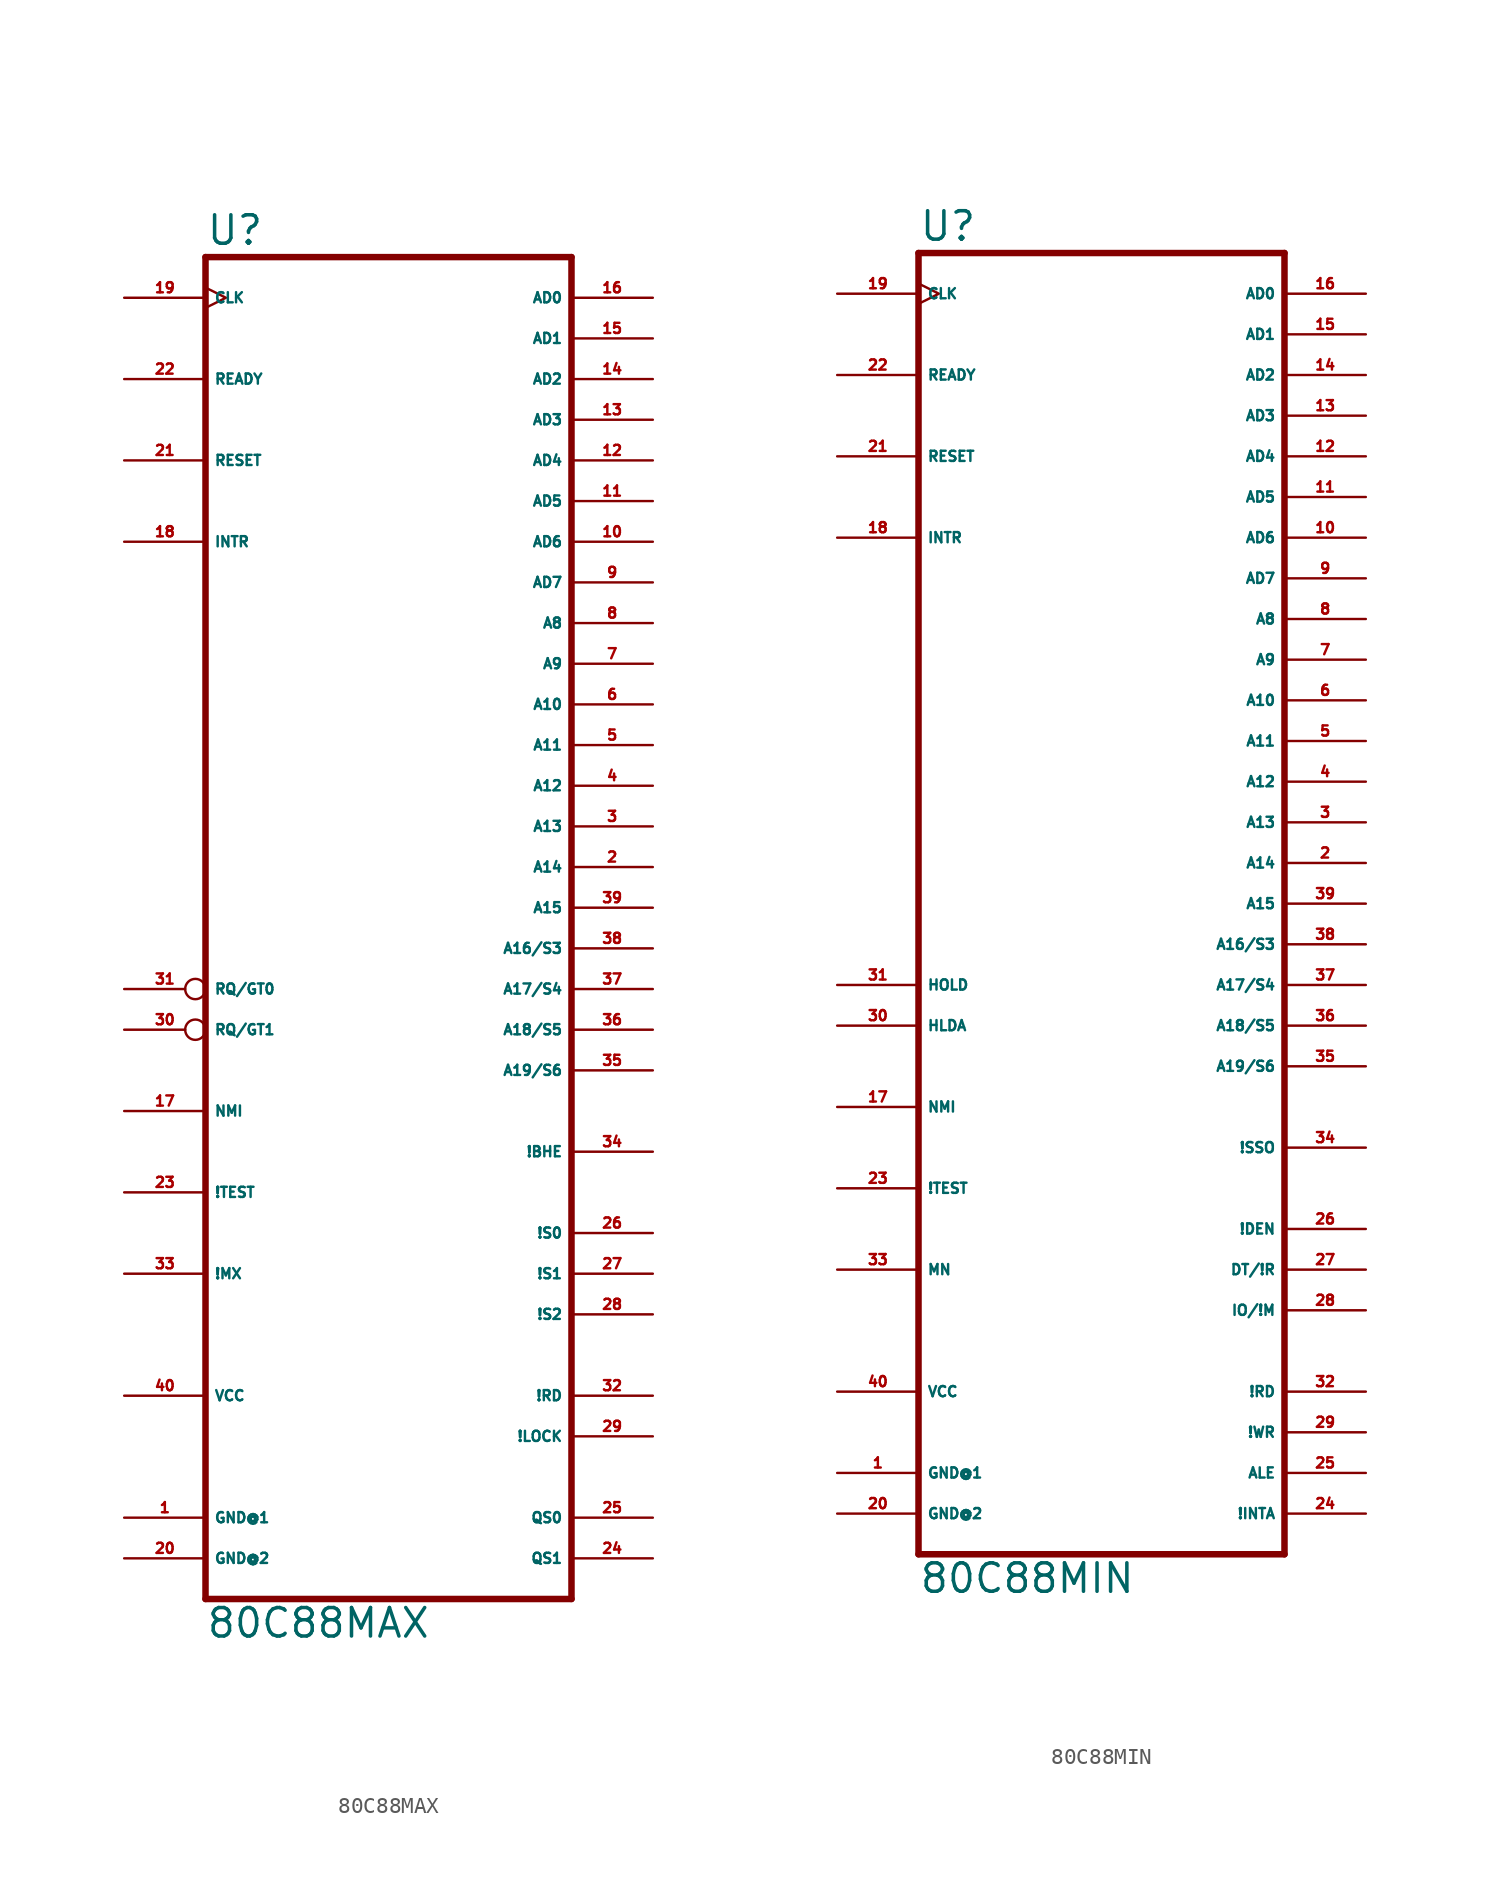
<source format=kicad_sym>
(kicad_symbol_lib
  (version 20220914)
  (generator Eagle2Kicad)
  (symbol "80C88MAX"
    (property "Reference" "U"
      (at -17.78 41.275 0)
      (effects (font (size 1.778 1.778) (thickness 0.22)) (justify left bottom)))
    (property "Value" "80C88MAX"
      (at -17.78 -45.72 0)
      (effects (font (size 1.778 1.778) (thickness 0.22)) (justify left bottom)))
    (polyline
      (pts (xy -17.78 -43.18) (xy 5.08 -43.18))
      (stroke (width 0.406) (type default))
      (fill (type none)))
    (polyline
      (pts (xy 5.08 -43.18) (xy 5.08 40.64))
      (stroke (width 0.406) (type default))
      (fill (type none)))
    (polyline
      (pts (xy 5.08 40.64) (xy -17.78 40.64))
      (stroke (width 0.406) (type default))
      (fill (type none)))
    (polyline
      (pts (xy -17.78 40.64) (xy -17.78 -43.18))
      (stroke (width 0.406) (type default))
      (fill (type none)))
    (pin output line
      (at 10.16 2.54 180)
      (length 5.08)
      (name "A14" (effects (font (size 0.635 0.635) (thickness 0.08)) (justify left bottom)))
      (number "2" (effects (font (size 0.635 0.635) (thickness 0.08)) (justify left bottom))))
    (pin output line
      (at 10.16 5.08 180)
      (length 5.08)
      (name "A13" (effects (font (size 0.635 0.635) (thickness 0.08)) (justify left bottom)))
      (number "3" (effects (font (size 0.635 0.635) (thickness 0.08)) (justify left bottom))))
    (pin output line
      (at 10.16 7.62 180)
      (length 5.08)
      (name "A12" (effects (font (size 0.635 0.635) (thickness 0.08)) (justify left bottom)))
      (number "4" (effects (font (size 0.635 0.635) (thickness 0.08)) (justify left bottom))))
    (pin output line
      (at 10.16 10.16 180)
      (length 5.08)
      (name "A11" (effects (font (size 0.635 0.635) (thickness 0.08)) (justify left bottom)))
      (number "5" (effects (font (size 0.635 0.635) (thickness 0.08)) (justify left bottom))))
    (pin output line
      (at 10.16 12.7 180)
      (length 5.08)
      (name "A10" (effects (font (size 0.635 0.635) (thickness 0.08)) (justify left bottom)))
      (number "6" (effects (font (size 0.635 0.635) (thickness 0.08)) (justify left bottom))))
    (pin output line
      (at 10.16 15.24 180)
      (length 5.08)
      (name "A9" (effects (font (size 0.635 0.635) (thickness 0.08)) (justify left bottom)))
      (number "7" (effects (font (size 0.635 0.635) (thickness 0.08)) (justify left bottom))))
    (pin output line
      (at 10.16 17.78 180)
      (length 5.08)
      (name "A8" (effects (font (size 0.635 0.635) (thickness 0.08)) (justify left bottom)))
      (number "8" (effects (font (size 0.635 0.635) (thickness 0.08)) (justify left bottom))))
    (pin bidirectional line
      (at 10.16 20.32 180)
      (length 5.08)
      (name "AD7" (effects (font (size 0.635 0.635) (thickness 0.08)) (justify left bottom)))
      (number "9" (effects (font (size 0.635 0.635) (thickness 0.08)) (justify left bottom))))
    (pin bidirectional line
      (at 10.16 22.86 180)
      (length 5.08)
      (name "AD6" (effects (font (size 0.635 0.635) (thickness 0.08)) (justify left bottom)))
      (number "10" (effects (font (size 0.635 0.635) (thickness 0.08)) (justify left bottom))))
    (pin bidirectional line
      (at 10.16 25.4 180)
      (length 5.08)
      (name "AD5" (effects (font (size 0.635 0.635) (thickness 0.08)) (justify left bottom)))
      (number "11" (effects (font (size 0.635 0.635) (thickness 0.08)) (justify left bottom))))
    (pin bidirectional line
      (at 10.16 27.94 180)
      (length 5.08)
      (name "AD4" (effects (font (size 0.635 0.635) (thickness 0.08)) (justify left bottom)))
      (number "12" (effects (font (size 0.635 0.635) (thickness 0.08)) (justify left bottom))))
    (pin bidirectional line
      (at 10.16 30.48 180)
      (length 5.08)
      (name "AD3" (effects (font (size 0.635 0.635) (thickness 0.08)) (justify left bottom)))
      (number "13" (effects (font (size 0.635 0.635) (thickness 0.08)) (justify left bottom))))
    (pin bidirectional line
      (at 10.16 33.02 180)
      (length 5.08)
      (name "AD2" (effects (font (size 0.635 0.635) (thickness 0.08)) (justify left bottom)))
      (number "14" (effects (font (size 0.635 0.635) (thickness 0.08)) (justify left bottom))))
    (pin bidirectional line
      (at 10.16 35.56 180)
      (length 5.08)
      (name "AD1" (effects (font (size 0.635 0.635) (thickness 0.08)) (justify left bottom)))
      (number "15" (effects (font (size 0.635 0.635) (thickness 0.08)) (justify left bottom))))
    (pin bidirectional line
      (at 10.16 38.1 180)
      (length 5.08)
      (name "AD0" (effects (font (size 0.635 0.635) (thickness 0.08)) (justify left bottom)))
      (number "16" (effects (font (size 0.635 0.635) (thickness 0.08)) (justify left bottom))))
    (pin input line
      (at -22.86 -12.7 0)
      (length 5.08)
      (name "NMI" (effects (font (size 0.635 0.635) (thickness 0.08)) (justify left bottom)))
      (number "17" (effects (font (size 0.635 0.635) (thickness 0.08)) (justify left bottom))))
    (pin input line
      (at -22.86 22.86 0)
      (length 5.08)
      (name "INTR" (effects (font (size 0.635 0.635) (thickness 0.08)) (justify left bottom)))
      (number "18" (effects (font (size 0.635 0.635) (thickness 0.08)) (justify left bottom))))
    (pin input clock
      (at -22.86 38.1 0)
      (length 5.08)
      (name "CLK" (effects (font (size 0.635 0.635) (thickness 0.08)) (justify left bottom)))
      (number "19" (effects (font (size 0.635 0.635) (thickness 0.08)) (justify left bottom))))
    (pin input line
      (at -22.86 27.94 0)
      (length 5.08)
      (name "RESET" (effects (font (size 0.635 0.635) (thickness 0.08)) (justify left bottom)))
      (number "21" (effects (font (size 0.635 0.635) (thickness 0.08)) (justify left bottom))))
    (pin input line
      (at -22.86 33.02 0)
      (length 5.08)
      (name "READY" (effects (font (size 0.635 0.635) (thickness 0.08)) (justify left bottom)))
      (number "22" (effects (font (size 0.635 0.635) (thickness 0.08)) (justify left bottom))))
    (pin input line
      (at -22.86 -17.78 0)
      (length 5.08)
      (name "!TEST" (effects (font (size 0.635 0.635) (thickness 0.08)) (justify left bottom)))
      (number "23" (effects (font (size 0.635 0.635) (thickness 0.08)) (justify left bottom))))
    (pin output line
      (at 10.16 -40.64 180)
      (length 5.08)
      (name "QS1" (effects (font (size 0.635 0.635) (thickness 0.08)) (justify left bottom)))
      (number "24" (effects (font (size 0.635 0.635) (thickness 0.08)) (justify left bottom))))
    (pin output line
      (at 10.16 -38.1 180)
      (length 5.08)
      (name "QS0" (effects (font (size 0.635 0.635) (thickness 0.08)) (justify left bottom)))
      (number "25" (effects (font (size 0.635 0.635) (thickness 0.08)) (justify left bottom))))
    (pin output line
      (at 10.16 -20.32 180)
      (length 5.08)
      (name "!S0" (effects (font (size 0.635 0.635) (thickness 0.08)) (justify left bottom)))
      (number "26" (effects (font (size 0.635 0.635) (thickness 0.08)) (justify left bottom))))
    (pin output line
      (at 10.16 -22.86 180)
      (length 5.08)
      (name "!S1" (effects (font (size 0.635 0.635) (thickness 0.08)) (justify left bottom)))
      (number "27" (effects (font (size 0.635 0.635) (thickness 0.08)) (justify left bottom))))
    (pin output line
      (at 10.16 -25.4 180)
      (length 5.08)
      (name "!S2" (effects (font (size 0.635 0.635) (thickness 0.08)) (justify left bottom)))
      (number "28" (effects (font (size 0.635 0.635) (thickness 0.08)) (justify left bottom))))
    (pin output line
      (at 10.16 -33.02 180)
      (length 5.08)
      (name "!LOCK" (effects (font (size 0.635 0.635) (thickness 0.08)) (justify left bottom)))
      (number "29" (effects (font (size 0.635 0.635) (thickness 0.08)) (justify left bottom))))
    (pin bidirectional inverted
      (at -22.86 -7.62 0)
      (length 5.08)
      (name "RQ/GT1" (effects (font (size 0.635 0.635) (thickness 0.08)) (justify left bottom)))
      (number "30" (effects (font (size 0.635 0.635) (thickness 0.08)) (justify left bottom))))
    (pin bidirectional inverted
      (at -22.86 -5.08 0)
      (length 5.08)
      (name "RQ/GT0" (effects (font (size 0.635 0.635) (thickness 0.08)) (justify left bottom)))
      (number "31" (effects (font (size 0.635 0.635) (thickness 0.08)) (justify left bottom))))
    (pin output line
      (at 10.16 -30.48 180)
      (length 5.08)
      (name "!RD" (effects (font (size 0.635 0.635) (thickness 0.08)) (justify left bottom)))
      (number "32" (effects (font (size 0.635 0.635) (thickness 0.08)) (justify left bottom))))
    (pin input line
      (at -22.86 -22.86 0)
      (length 5.08)
      (name "!MX" (effects (font (size 0.635 0.635) (thickness 0.08)) (justify left bottom)))
      (number "33" (effects (font (size 0.635 0.635) (thickness 0.08)) (justify left bottom))))
    (pin output line
      (at 10.16 -15.24 180)
      (length 5.08)
      (name "!BHE" (effects (font (size 0.635 0.635) (thickness 0.08)) (justify left bottom)))
      (number "34" (effects (font (size 0.635 0.635) (thickness 0.08)) (justify left bottom))))
    (pin output line
      (at 10.16 -10.16 180)
      (length 5.08)
      (name "A19/S6" (effects (font (size 0.635 0.635) (thickness 0.08)) (justify left bottom)))
      (number "35" (effects (font (size 0.635 0.635) (thickness 0.08)) (justify left bottom))))
    (pin output line
      (at 10.16 -7.62 180)
      (length 5.08)
      (name "A18/S5" (effects (font (size 0.635 0.635) (thickness 0.08)) (justify left bottom)))
      (number "36" (effects (font (size 0.635 0.635) (thickness 0.08)) (justify left bottom))))
    (pin output line
      (at 10.16 -5.08 180)
      (length 5.08)
      (name "A17/S4" (effects (font (size 0.635 0.635) (thickness 0.08)) (justify left bottom)))
      (number "37" (effects (font (size 0.635 0.635) (thickness 0.08)) (justify left bottom))))
    (pin output line
      (at 10.16 -2.54 180)
      (length 5.08)
      (name "A16/S3" (effects (font (size 0.635 0.635) (thickness 0.08)) (justify left bottom)))
      (number "38" (effects (font (size 0.635 0.635) (thickness 0.08)) (justify left bottom))))
    (pin output line
      (at 10.16 0 180)
      (length 5.08)
      (name "A15" (effects (font (size 0.635 0.635) (thickness 0.08)) (justify left bottom)))
      (number "39" (effects (font (size 0.635 0.635) (thickness 0.08)) (justify left bottom))))
    (pin unspecified line
      (at -22.86 -40.64 0)
      (length 5.08)
      (name "GND@2" (effects (font (size 0.635 0.635) (thickness 0.08)) (justify left bottom)))
      (number "20" (effects (font (size 0.635 0.635) (thickness 0.08)) (justify left bottom))))
    (pin unspecified line
      (at -22.86 -38.1 0)
      (length 5.08)
      (name "GND@1" (effects (font (size 0.635 0.635) (thickness 0.08)) (justify left bottom)))
      (number "1" (effects (font (size 0.635 0.635) (thickness 0.08)) (justify left bottom))))
    (pin unspecified line
      (at -22.86 -30.48 0)
      (length 5.08)
      (name "VCC" (effects (font (size 0.635 0.635) (thickness 0.08)) (justify left bottom)))
      (number "40" (effects (font (size 0.635 0.635) (thickness 0.08)) (justify left bottom)))))
  (symbol "80C88MIN"
    (property "Reference" "U"
      (at -17.78 41.275 0)
      (effects (font (size 1.778 1.778) (thickness 0.22)) (justify left bottom)))
    (property "Value" "80C88MIN"
      (at -17.78 -43.18 0)
      (effects (font (size 1.778 1.778) (thickness 0.22)) (justify left bottom)))
    (polyline
      (pts (xy -17.78 -40.64) (xy 5.08 -40.64))
      (stroke (width 0.406) (type default))
      (fill (type none)))
    (polyline
      (pts (xy 5.08 -40.64) (xy 5.08 40.64))
      (stroke (width 0.406) (type default))
      (fill (type none)))
    (polyline
      (pts (xy 5.08 40.64) (xy -17.78 40.64))
      (stroke (width 0.406) (type default))
      (fill (type none)))
    (polyline
      (pts (xy -17.78 40.64) (xy -17.78 -40.64))
      (stroke (width 0.406) (type default))
      (fill (type none)))
    (pin output line
      (at 10.16 2.54 180)
      (length 5.08)
      (name "A14" (effects (font (size 0.635 0.635) (thickness 0.08)) (justify left bottom)))
      (number "2" (effects (font (size 0.635 0.635) (thickness 0.08)) (justify left bottom))))
    (pin output line
      (at 10.16 5.08 180)
      (length 5.08)
      (name "A13" (effects (font (size 0.635 0.635) (thickness 0.08)) (justify left bottom)))
      (number "3" (effects (font (size 0.635 0.635) (thickness 0.08)) (justify left bottom))))
    (pin output line
      (at 10.16 7.62 180)
      (length 5.08)
      (name "A12" (effects (font (size 0.635 0.635) (thickness 0.08)) (justify left bottom)))
      (number "4" (effects (font (size 0.635 0.635) (thickness 0.08)) (justify left bottom))))
    (pin output line
      (at 10.16 10.16 180)
      (length 5.08)
      (name "A11" (effects (font (size 0.635 0.635) (thickness 0.08)) (justify left bottom)))
      (number "5" (effects (font (size 0.635 0.635) (thickness 0.08)) (justify left bottom))))
    (pin output line
      (at 10.16 12.7 180)
      (length 5.08)
      (name "A10" (effects (font (size 0.635 0.635) (thickness 0.08)) (justify left bottom)))
      (number "6" (effects (font (size 0.635 0.635) (thickness 0.08)) (justify left bottom))))
    (pin output line
      (at 10.16 15.24 180)
      (length 5.08)
      (name "A9" (effects (font (size 0.635 0.635) (thickness 0.08)) (justify left bottom)))
      (number "7" (effects (font (size 0.635 0.635) (thickness 0.08)) (justify left bottom))))
    (pin output line
      (at 10.16 17.78 180)
      (length 5.08)
      (name "A8" (effects (font (size 0.635 0.635) (thickness 0.08)) (justify left bottom)))
      (number "8" (effects (font (size 0.635 0.635) (thickness 0.08)) (justify left bottom))))
    (pin bidirectional line
      (at 10.16 20.32 180)
      (length 5.08)
      (name "AD7" (effects (font (size 0.635 0.635) (thickness 0.08)) (justify left bottom)))
      (number "9" (effects (font (size 0.635 0.635) (thickness 0.08)) (justify left bottom))))
    (pin bidirectional line
      (at 10.16 22.86 180)
      (length 5.08)
      (name "AD6" (effects (font (size 0.635 0.635) (thickness 0.08)) (justify left bottom)))
      (number "10" (effects (font (size 0.635 0.635) (thickness 0.08)) (justify left bottom))))
    (pin bidirectional line
      (at 10.16 25.4 180)
      (length 5.08)
      (name "AD5" (effects (font (size 0.635 0.635) (thickness 0.08)) (justify left bottom)))
      (number "11" (effects (font (size 0.635 0.635) (thickness 0.08)) (justify left bottom))))
    (pin bidirectional line
      (at 10.16 27.94 180)
      (length 5.08)
      (name "AD4" (effects (font (size 0.635 0.635) (thickness 0.08)) (justify left bottom)))
      (number "12" (effects (font (size 0.635 0.635) (thickness 0.08)) (justify left bottom))))
    (pin bidirectional line
      (at 10.16 30.48 180)
      (length 5.08)
      (name "AD3" (effects (font (size 0.635 0.635) (thickness 0.08)) (justify left bottom)))
      (number "13" (effects (font (size 0.635 0.635) (thickness 0.08)) (justify left bottom))))
    (pin bidirectional line
      (at 10.16 33.02 180)
      (length 5.08)
      (name "AD2" (effects (font (size 0.635 0.635) (thickness 0.08)) (justify left bottom)))
      (number "14" (effects (font (size 0.635 0.635) (thickness 0.08)) (justify left bottom))))
    (pin bidirectional line
      (at 10.16 35.56 180)
      (length 5.08)
      (name "AD1" (effects (font (size 0.635 0.635) (thickness 0.08)) (justify left bottom)))
      (number "15" (effects (font (size 0.635 0.635) (thickness 0.08)) (justify left bottom))))
    (pin bidirectional line
      (at 10.16 38.1 180)
      (length 5.08)
      (name "AD0" (effects (font (size 0.635 0.635) (thickness 0.08)) (justify left bottom)))
      (number "16" (effects (font (size 0.635 0.635) (thickness 0.08)) (justify left bottom))))
    (pin input line
      (at -22.86 -12.7 0)
      (length 5.08)
      (name "NMI" (effects (font (size 0.635 0.635) (thickness 0.08)) (justify left bottom)))
      (number "17" (effects (font (size 0.635 0.635) (thickness 0.08)) (justify left bottom))))
    (pin input line
      (at -22.86 22.86 0)
      (length 5.08)
      (name "INTR" (effects (font (size 0.635 0.635) (thickness 0.08)) (justify left bottom)))
      (number "18" (effects (font (size 0.635 0.635) (thickness 0.08)) (justify left bottom))))
    (pin input clock
      (at -22.86 38.1 0)
      (length 5.08)
      (name "CLK" (effects (font (size 0.635 0.635) (thickness 0.08)) (justify left bottom)))
      (number "19" (effects (font (size 0.635 0.635) (thickness 0.08)) (justify left bottom))))
    (pin input line
      (at -22.86 27.94 0)
      (length 5.08)
      (name "RESET" (effects (font (size 0.635 0.635) (thickness 0.08)) (justify left bottom)))
      (number "21" (effects (font (size 0.635 0.635) (thickness 0.08)) (justify left bottom))))
    (pin input line
      (at -22.86 33.02 0)
      (length 5.08)
      (name "READY" (effects (font (size 0.635 0.635) (thickness 0.08)) (justify left bottom)))
      (number "22" (effects (font (size 0.635 0.635) (thickness 0.08)) (justify left bottom))))
    (pin input line
      (at -22.86 -17.78 0)
      (length 5.08)
      (name "!TEST" (effects (font (size 0.635 0.635) (thickness 0.08)) (justify left bottom)))
      (number "23" (effects (font (size 0.635 0.635) (thickness 0.08)) (justify left bottom))))
    (pin output line
      (at 10.16 -38.1 180)
      (length 5.08)
      (name "!INTA" (effects (font (size 0.635 0.635) (thickness 0.08)) (justify left bottom)))
      (number "24" (effects (font (size 0.635 0.635) (thickness 0.08)) (justify left bottom))))
    (pin output line
      (at 10.16 -35.56 180)
      (length 5.08)
      (name "ALE" (effects (font (size 0.635 0.635) (thickness 0.08)) (justify left bottom)))
      (number "25" (effects (font (size 0.635 0.635) (thickness 0.08)) (justify left bottom))))
    (pin output line
      (at 10.16 -20.32 180)
      (length 5.08)
      (name "!DEN" (effects (font (size 0.635 0.635) (thickness 0.08)) (justify left bottom)))
      (number "26" (effects (font (size 0.635 0.635) (thickness 0.08)) (justify left bottom))))
    (pin output line
      (at 10.16 -22.86 180)
      (length 5.08)
      (name "DT/!R" (effects (font (size 0.635 0.635) (thickness 0.08)) (justify left bottom)))
      (number "27" (effects (font (size 0.635 0.635) (thickness 0.08)) (justify left bottom))))
    (pin output line
      (at 10.16 -25.4 180)
      (length 5.08)
      (name "IO/!M" (effects (font (size 0.635 0.635) (thickness 0.08)) (justify left bottom)))
      (number "28" (effects (font (size 0.635 0.635) (thickness 0.08)) (justify left bottom))))
    (pin output line
      (at 10.16 -33.02 180)
      (length 5.08)
      (name "!WR" (effects (font (size 0.635 0.635) (thickness 0.08)) (justify left bottom)))
      (number "29" (effects (font (size 0.635 0.635) (thickness 0.08)) (justify left bottom))))
    (pin output line
      (at -22.86 -7.62 0)
      (length 5.08)
      (name "HLDA" (effects (font (size 0.635 0.635) (thickness 0.08)) (justify left bottom)))
      (number "30" (effects (font (size 0.635 0.635) (thickness 0.08)) (justify left bottom))))
    (pin input line
      (at -22.86 -5.08 0)
      (length 5.08)
      (name "HOLD" (effects (font (size 0.635 0.635) (thickness 0.08)) (justify left bottom)))
      (number "31" (effects (font (size 0.635 0.635) (thickness 0.08)) (justify left bottom))))
    (pin output line
      (at 10.16 -30.48 180)
      (length 5.08)
      (name "!RD" (effects (font (size 0.635 0.635) (thickness 0.08)) (justify left bottom)))
      (number "32" (effects (font (size 0.635 0.635) (thickness 0.08)) (justify left bottom))))
    (pin input line
      (at -22.86 -22.86 0)
      (length 5.08)
      (name "MN" (effects (font (size 0.635 0.635) (thickness 0.08)) (justify left bottom)))
      (number "33" (effects (font (size 0.635 0.635) (thickness 0.08)) (justify left bottom))))
    (pin output line
      (at 10.16 -15.24 180)
      (length 5.08)
      (name "!SSO" (effects (font (size 0.635 0.635) (thickness 0.08)) (justify left bottom)))
      (number "34" (effects (font (size 0.635 0.635) (thickness 0.08)) (justify left bottom))))
    (pin output line
      (at 10.16 -10.16 180)
      (length 5.08)
      (name "A19/S6" (effects (font (size 0.635 0.635) (thickness 0.08)) (justify left bottom)))
      (number "35" (effects (font (size 0.635 0.635) (thickness 0.08)) (justify left bottom))))
    (pin output line
      (at 10.16 -7.62 180)
      (length 5.08)
      (name "A18/S5" (effects (font (size 0.635 0.635) (thickness 0.08)) (justify left bottom)))
      (number "36" (effects (font (size 0.635 0.635) (thickness 0.08)) (justify left bottom))))
    (pin output line
      (at 10.16 -5.08 180)
      (length 5.08)
      (name "A17/S4" (effects (font (size 0.635 0.635) (thickness 0.08)) (justify left bottom)))
      (number "37" (effects (font (size 0.635 0.635) (thickness 0.08)) (justify left bottom))))
    (pin output line
      (at 10.16 -2.54 180)
      (length 5.08)
      (name "A16/S3" (effects (font (size 0.635 0.635) (thickness 0.08)) (justify left bottom)))
      (number "38" (effects (font (size 0.635 0.635) (thickness 0.08)) (justify left bottom))))
    (pin output line
      (at 10.16 0 180)
      (length 5.08)
      (name "A15" (effects (font (size 0.635 0.635) (thickness 0.08)) (justify left bottom)))
      (number "39" (effects (font (size 0.635 0.635) (thickness 0.08)) (justify left bottom))))
    (pin unspecified line
      (at -22.86 -38.1 0)
      (length 5.08)
      (name "GND@2" (effects (font (size 0.635 0.635) (thickness 0.08)) (justify left bottom)))
      (number "20" (effects (font (size 0.635 0.635) (thickness 0.08)) (justify left bottom))))
    (pin unspecified line
      (at -22.86 -35.56 0)
      (length 5.08)
      (name "GND@1" (effects (font (size 0.635 0.635) (thickness 0.08)) (justify left bottom)))
      (number "1" (effects (font (size 0.635 0.635) (thickness 0.08)) (justify left bottom))))
    (pin unspecified line
      (at -22.86 -30.48 0)
      (length 5.08)
      (name "VCC" (effects (font (size 0.635 0.635) (thickness 0.08)) (justify left bottom)))
      (number "40" (effects (font (size 0.635 0.635) (thickness 0.08)) (justify left bottom))))))
</source>
